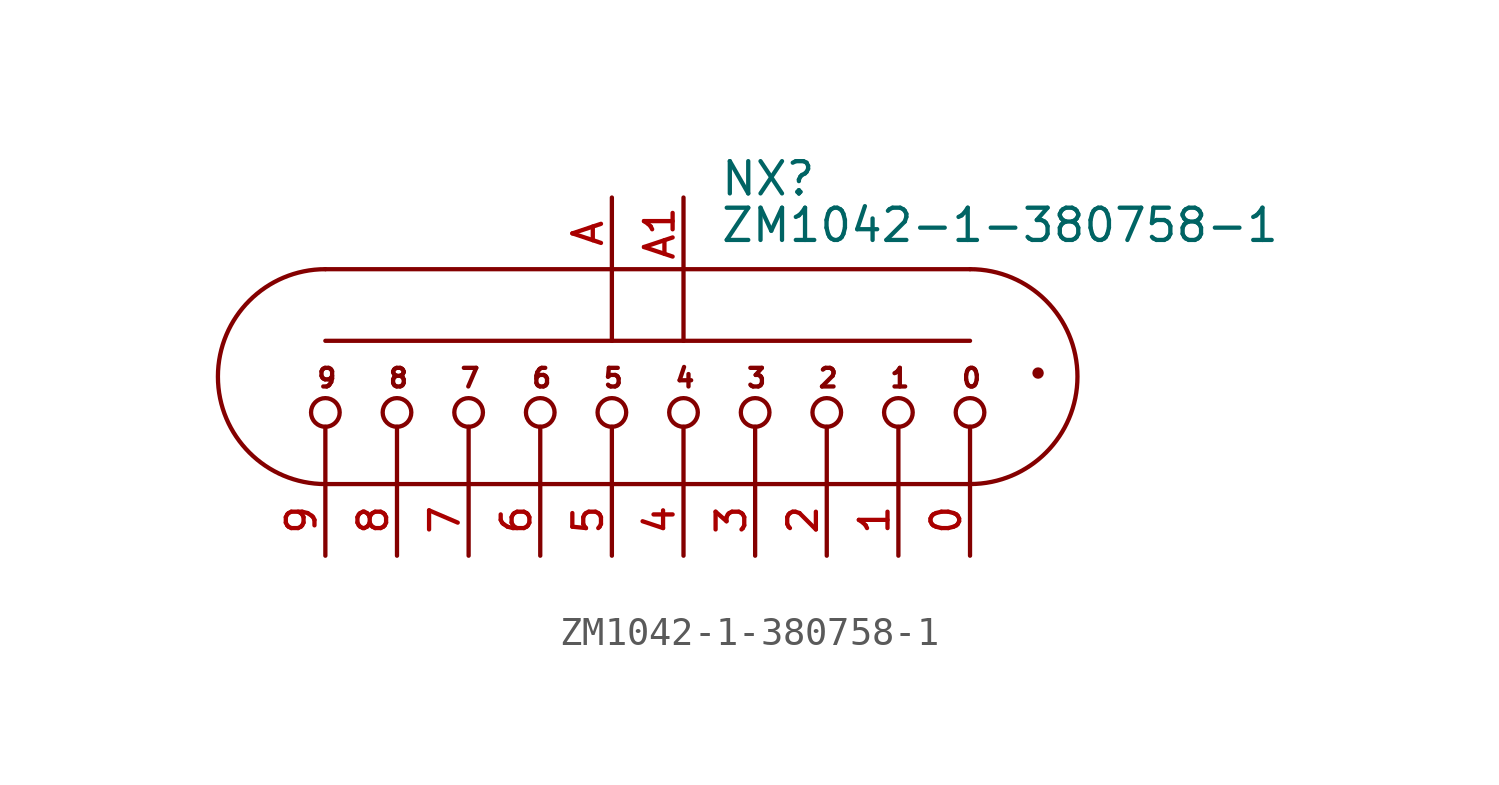
<source format=kicad_sym>
(kicad_symbol_lib
  (version 20241209)
  (generator "kicad_symbol_editor")
  (generator_version "9.0")
  (symbol "ZM1042-1-380758-1"
    (pin_names
      (offset 1.016)
      (hide yes))
    (property "Reference" "NX"
      (at 3.81 5.08 0)
      (effects (font (size 1.143 1.143)) (justify left bottom)))
    (property "Value" "ZM1042-1-380758-1"
      (at 3.81 3.429 0)
      (effects (font (size 1.143 1.143)) (justify left bottom)))
    (property "ki_locked" ""
      (at 0 0 0)
      (effects (font (size 1.27 1.27))))
    (symbol "ZM1042-1-380758-1_1_0"
      (polyline (pts (xy -10.16 2.54) (xy 0 2.54)) (stroke (width 0) (type default)) (fill (type none)))
      (polyline (pts (xy -10.16 0) (xy 0 0)) (stroke (width 0) (type default)) (fill (type none)))
      (polyline (pts (xy -10.16 -5.08) (xy -10.16 -3.048)) (stroke (width 0) (type default)) (fill (type none)))
      (polyline (pts (xy -10.16 -5.08) (xy -7.62 -5.08)) (stroke (width 0) (type default)) (fill (type none)))
      (polyline (pts (xy -7.62 -5.08) (xy -7.62 -3.048)) (stroke (width 0) (type default)) (fill (type none)))
      (polyline (pts (xy -7.62 -5.08) (xy -5.08 -5.08)) (stroke (width 0) (type default)) (fill (type none)))
      (polyline (pts (xy -5.08 -5.08) (xy -5.08 -3.048)) (stroke (width 0) (type default)) (fill (type none)))
      (polyline (pts (xy -5.08 -5.08) (xy -2.54 -5.08)) (stroke (width 0) (type default)) (fill (type none)))
      (polyline (pts (xy -2.54 -5.08) (xy -2.54 -3.048)) (stroke (width 0) (type default)) (fill (type none)))
      (polyline (pts (xy -2.54 -5.08) (xy 0 -5.08)) (stroke (width 0) (type default)) (fill (type none)))
      (polyline (pts (xy 0 2.54) (xy 0 0)) (stroke (width 0) (type default)) (fill (type none)))
      (polyline (pts (xy 0 2.54) (xy 2.54 2.54)) (stroke (width 0) (type default)) (fill (type none)))
      (polyline (pts (xy 0 0) (xy 2.54 0)) (stroke (width 0) (type default)) (fill (type none)))
      (polyline (pts (xy 0 -5.08) (xy 0 -3.048)) (stroke (width 0) (type default)) (fill (type none)))
      (polyline (pts (xy 0 -5.08) (xy 2.54 -5.08)) (stroke (width 0) (type default)) (fill (type none)))
      (polyline (pts (xy 2.54 2.54) (xy 2.54 0)) (stroke (width 0) (type default)) (fill (type none)))
      (polyline (pts (xy 2.54 2.54) (xy 12.7 2.54)) (stroke (width 0) (type default)) (fill (type none)))
      (polyline (pts (xy 2.54 0) (xy 12.7 0)) (stroke (width 0) (type default)) (fill (type none)))
      (polyline (pts (xy 2.54 -5.08) (xy 2.54 -3.048)) (stroke (width 0) (type default)) (fill (type none)))
      (polyline (pts (xy 2.54 -5.08) (xy 5.08 -5.08)) (stroke (width 0) (type default)) (fill (type none)))
      (polyline (pts (xy 5.08 -5.08) (xy 5.08 -3.048)) (stroke (width 0) (type default)) (fill (type none)))
      (polyline (pts (xy 5.08 -5.08) (xy 7.62 -5.08)) (stroke (width 0) (type default)) (fill (type none)))
      (polyline (pts (xy 7.62 -5.08) (xy 7.62 -3.048)) (stroke (width 0) (type default)) (fill (type none)))
      (polyline (pts (xy 7.62 -5.08) (xy 10.16 -5.08)) (stroke (width 0) (type default)) (fill (type none)))
      (polyline (pts (xy 10.16 -5.08) (xy 10.16 -3.048)) (stroke (width 0) (type default)) (fill (type none)))
      (polyline (pts (xy 10.16 -5.08) (xy 12.7 -5.08)) (stroke (width 0) (type default)) (fill (type none)))
      (polyline (pts (xy 12.7 -5.08) (xy 12.7 -3.048)) (stroke (width 0) (type default)) (fill (type none)))
      (text "9" (at -10.109 -1.321 0) (effects (font (size 0.66 0.66))))
      (text "8" (at -7.569 -1.321 0) (effects (font (size 0.66 0.66))))
      (text "7" (at -5.029 -1.321 0) (effects (font (size 0.66 0.66))))
      (text "6" (at -2.489 -1.321 0) (effects (font (size 0.66 0.66))))
      (text "5" (at 0.051 -1.321 0) (effects (font (size 0.66 0.66))))
      (text "4" (at 2.591 -1.321 0) (effects (font (size 0.66 0.66))))
      (text "3" (at 5.131 -1.321 0) (effects (font (size 0.66 0.66))))
      (text "2" (at 7.671 -1.321 0) (effects (font (size 0.66 0.66))))
      (text "1" (at 10.211 -1.321 0) (effects (font (size 0.66 0.66))))
      (text "0" (at 12.751 -1.321 0) (effects (font (size 0.66 0.66)))))
    (symbol "ZM1042-1-380758-1_1_1"
      (circle (center -10.16 -2.54) (radius 0.508) (stroke (width 0) (type default)) (fill (type none)))
      (arc (start -10.16 -5.08) (mid -13.9533 -1.27) (end -10.16 2.54) (stroke (width 0) (type default)) (fill (type none)))
      (circle (center -7.62 -2.54) (radius 0.508) (stroke (width 0) (type default)) (fill (type none)))
      (circle (center -5.08 -2.54) (radius 0.508) (stroke (width 0) (type default)) (fill (type none)))
      (circle (center -2.54 -2.54) (radius 0.508) (stroke (width 0) (type default)) (fill (type none)))
      (circle (center 0 -2.54) (radius 0.508) (stroke (width 0) (type default)) (fill (type none)))
      (circle (center 2.54 -2.54) (radius 0.508) (stroke (width 0) (type default)) (fill (type none)))
      (circle (center 5.08 -2.54) (radius 0.508) (stroke (width 0) (type default)) (fill (type none)))
      (circle (center 7.62 -2.54) (radius 0.508) (stroke (width 0) (type default)) (fill (type none)))
      (circle (center 10.16 -2.54) (radius 0.508) (stroke (width 0) (type default)) (fill (type none)))
      (arc (start 12.7 2.54) (mid 16.4933 -1.27) (end 12.7 -5.08) (stroke (width 0) (type default)) (fill (type none)))
      (circle (center 12.7 -2.54) (radius 0.508) (stroke (width 0) (type default)) (fill (type none)))
      (circle (center 15.113 -1.143) (radius 0.127) (stroke (width 0) (type default)) (fill (type outline)))
      (pin passive line (at -10.16 -7.62 90) (length 2.54) (name "9" (effects (font (size 1.016 1.016)))) (number "9" (effects (font (size 1.016 1.016)))))
      (pin passive line (at -7.62 -7.62 90) (length 2.54) (name "8" (effects (font (size 1.016 1.016)))) (number "8" (effects (font (size 1.016 1.016)))))
      (pin passive line (at -5.08 -7.62 90) (length 2.54) (name "7" (effects (font (size 1.016 1.016)))) (number "7" (effects (font (size 1.016 1.016)))))
      (pin passive line (at -2.54 -7.62 90) (length 2.54) (name "6" (effects (font (size 1.016 1.016)))) (number "6" (effects (font (size 1.016 1.016)))))
      (pin passive line (at 0 5.08 270) (length 2.54) (name "A1" (effects (font (size 1.016 1.016)))) (number "A" (effects (font (size 1.016 1.016)))))
      (pin passive line (at 0 -7.62 90) (length 2.54) (name "5" (effects (font (size 1.016 1.016)))) (number "5" (effects (font (size 1.016 1.016)))))
      (pin passive line (at 2.54 5.08 270) (length 2.54) (name "A2" (effects (font (size 1.016 1.016)))) (number "A1" (effects (font (size 1.016 1.016)))))
      (pin passive line (at 2.54 -7.62 90) (length 2.54) (name "4" (effects (font (size 1.016 1.016)))) (number "4" (effects (font (size 1.016 1.016)))))
      (pin passive line (at 5.08 -7.62 90) (length 2.54) (name "3" (effects (font (size 1.016 1.016)))) (number "3" (effects (font (size 1.016 1.016)))))
      (pin passive line (at 7.62 -7.62 90) (length 2.54) (name "2" (effects (font (size 1.016 1.016)))) (number "2" (effects (font (size 1.016 1.016)))))
      (pin passive line (at 10.16 -7.62 90) (length 2.54) (name "1" (effects (font (size 1.016 1.016)))) (number "1" (effects (font (size 1.016 1.016)))))
      (pin passive line (at 12.7 -7.62 90) (length 2.54) (name "0" (effects (font (size 1.016 1.016)))) (number "0" (effects (font (size 1.016 1.016))))))))
</source>
